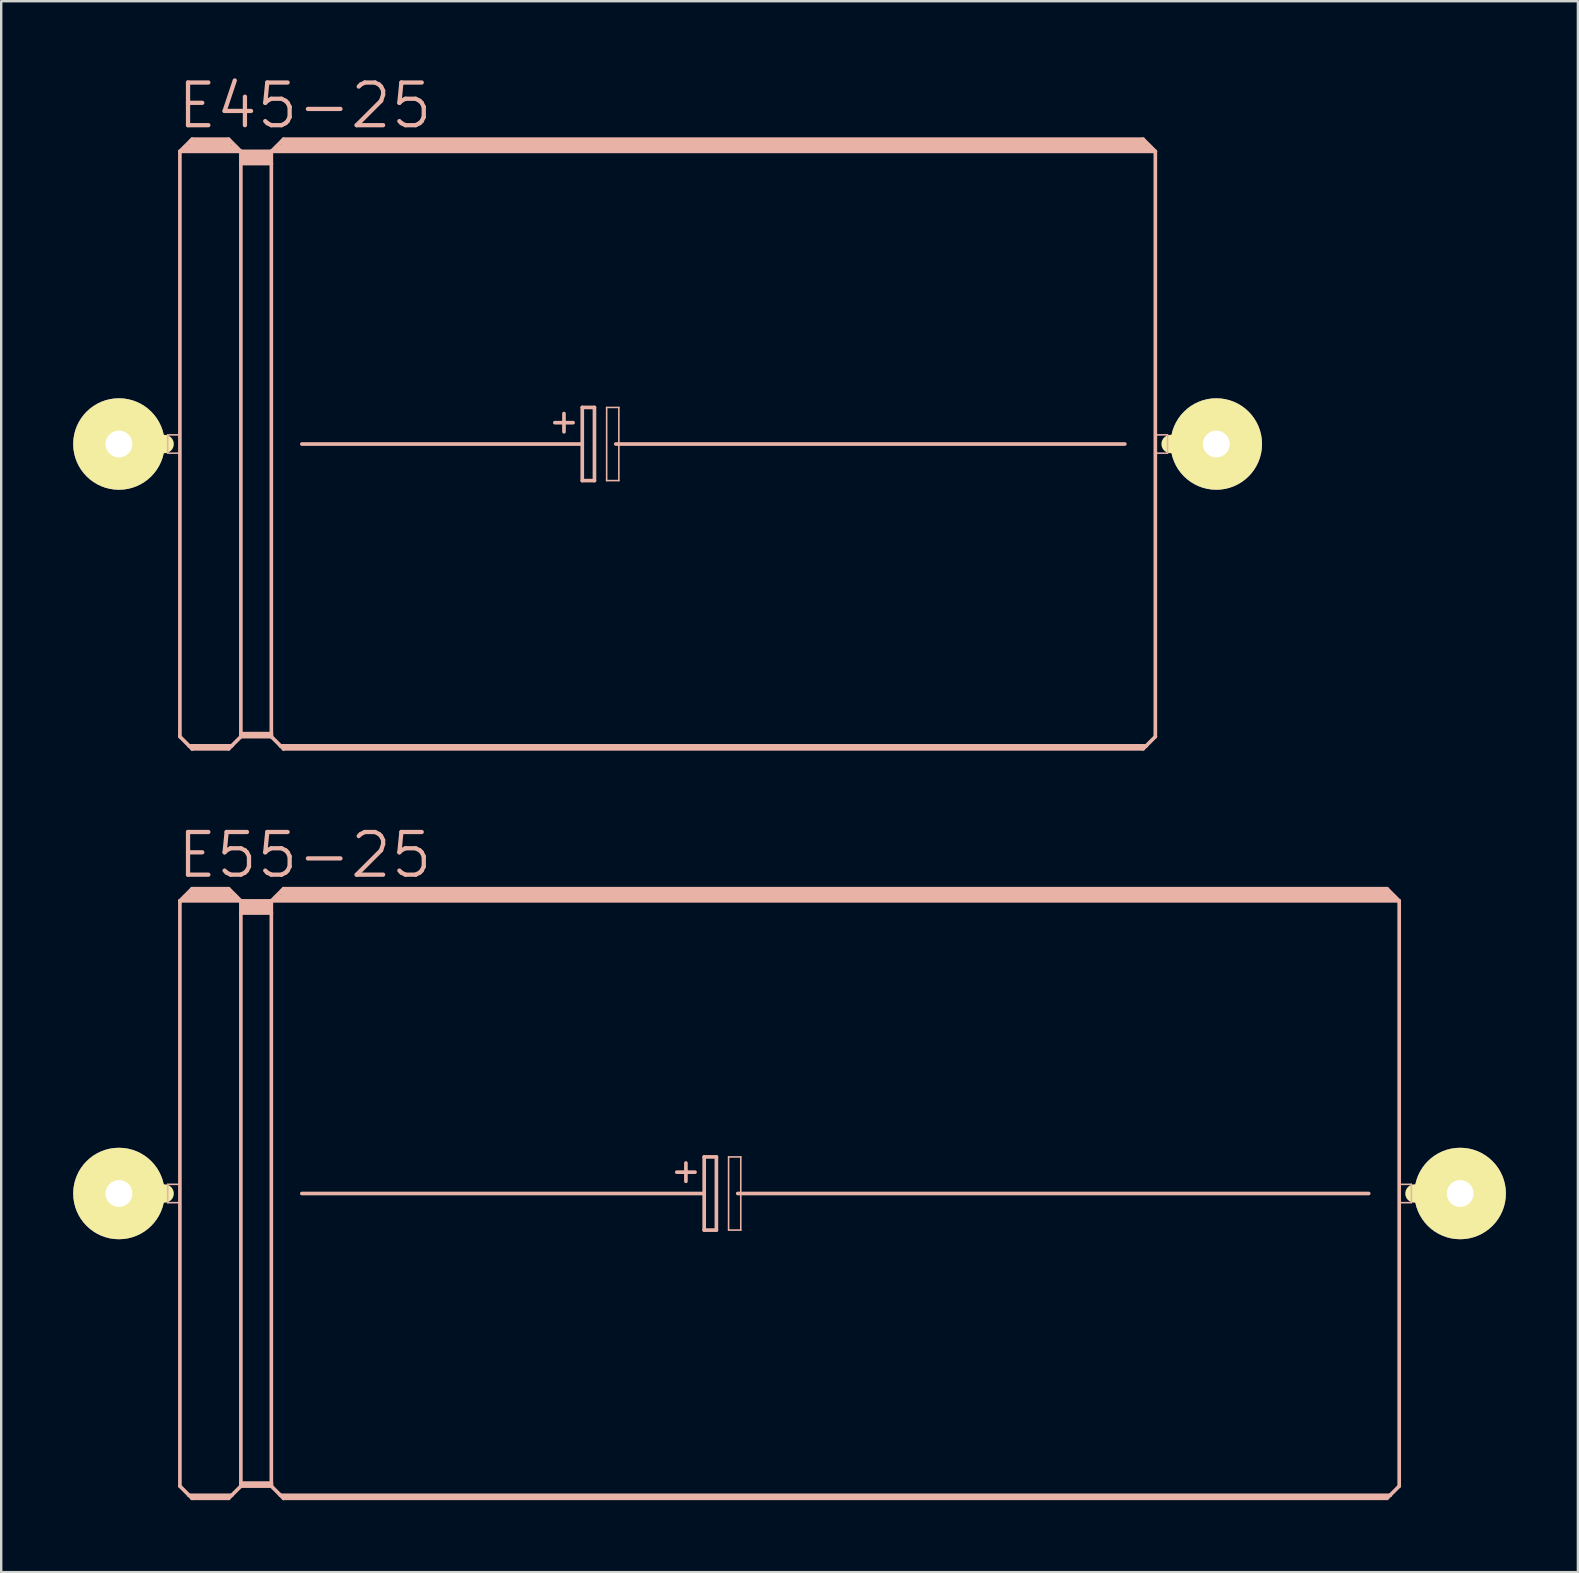
<source format=kicad_pcb>
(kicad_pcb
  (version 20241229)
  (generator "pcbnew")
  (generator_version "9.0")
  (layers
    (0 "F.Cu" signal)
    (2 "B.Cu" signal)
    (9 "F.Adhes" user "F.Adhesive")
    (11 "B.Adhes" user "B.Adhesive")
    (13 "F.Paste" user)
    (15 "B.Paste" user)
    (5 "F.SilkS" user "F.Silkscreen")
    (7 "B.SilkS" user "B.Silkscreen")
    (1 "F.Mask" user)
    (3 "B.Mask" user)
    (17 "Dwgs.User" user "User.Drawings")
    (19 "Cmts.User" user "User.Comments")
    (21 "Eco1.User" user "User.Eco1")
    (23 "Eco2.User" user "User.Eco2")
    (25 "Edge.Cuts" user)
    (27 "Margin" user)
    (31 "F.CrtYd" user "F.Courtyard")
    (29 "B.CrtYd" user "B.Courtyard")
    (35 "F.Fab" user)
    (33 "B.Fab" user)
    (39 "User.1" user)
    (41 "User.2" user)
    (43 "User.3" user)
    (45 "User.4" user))
  (footprint "E45-25"
    (layer "F.Cu")
    (at 24.765 15.449)
    (property "Reference" "E45-25" (at -15.113 -14.097 0) (layer "B.SilkS") (effects (font (size 1.778 1.778) (thickness 0.178))))
    (attr exclude_from_pos_files exclude_from_bom)
    (fp_line (start -22.86 0) (end -20.955 0) (stroke (width 0.762) (type solid)) (layer "F.SilkS"))
    (fp_line (start 22.86 0) (end 20.955 0) (stroke (width 0.762) (type solid)) (layer "F.SilkS"))
    (fp_line (start -20.828 -0.381) (end -20.32 -0.381) (stroke (width 0.066) (type solid)) (layer "B.SilkS"))
    (fp_line (start -20.828 0.381) (end -20.828 -0.381) (stroke (width 0.066) (type solid)) (layer "B.SilkS"))
    (fp_line (start -20.828 0.381) (end -20.32 0.381) (stroke (width 0.066) (type solid)) (layer "B.SilkS"))
    (fp_line (start -20.32 -12.192) (end -20.32 12.192) (stroke (width 0.152) (type solid)) (layer "B.SilkS"))
    (fp_line (start -20.32 -12.192) (end -19.812 -12.7) (stroke (width 0.152) (type solid)) (layer "B.SilkS"))
    (fp_line (start -20.32 -12.192) (end -17.78 -12.192) (stroke (width 0.152) (type solid)) (layer "B.SilkS"))
    (fp_line (start -20.32 0.381) (end -20.32 -0.381) (stroke (width 0.066) (type solid)) (layer "B.SilkS"))
    (fp_line (start -20.32 12.192) (end -19.939 12.573) (stroke (width 0.152) (type solid)) (layer "B.SilkS"))
    (fp_line (start -20.066 -12.319) (end -18.034 -12.319) (stroke (width 0.305) (type solid)) (layer "B.SilkS"))
    (fp_line (start -19.939 12.573) (end -19.812 12.7) (stroke (width 0.152) (type solid)) (layer "B.SilkS"))
    (fp_line (start -19.939 12.573) (end -18.161 12.573) (stroke (width 0.152) (type solid)) (layer "B.SilkS"))
    (fp_line (start -19.812 -12.7) (end -18.288 -12.7) (stroke (width 0.152) (type solid)) (layer "B.SilkS"))
    (fp_line (start -19.812 -12.573) (end -18.288 -12.573) (stroke (width 0.305) (type solid)) (layer "B.SilkS"))
    (fp_line (start -19.812 12.649) (end -18.288 12.649) (stroke (width 0.152) (type solid)) (layer "B.SilkS"))
    (fp_line (start -19.812 12.7) (end -19.812 12.649) (stroke (width 0.152) (type solid)) (layer "B.SilkS"))
    (fp_line (start -19.812 12.7) (end -18.288 12.7) (stroke (width 0.152) (type solid)) (layer "B.SilkS"))
    (fp_line (start -18.288 -12.7) (end -17.78 -12.192) (stroke (width 0.152) (type solid)) (layer "B.SilkS"))
    (fp_line (start -18.288 12.7) (end -18.161 12.573) (stroke (width 0.152) (type solid)) (layer "B.SilkS"))
    (fp_line (start -18.161 12.573) (end -17.78 12.192) (stroke (width 0.152) (type solid)) (layer "B.SilkS"))
    (fp_line (start -17.78 -12.192) (end -16.51 -12.192) (stroke (width 0.152) (type solid)) (layer "B.SilkS"))
    (fp_line (start -17.78 -11.684) (end -17.78 -12.192) (stroke (width 0.152) (type solid)) (layer "B.SilkS"))
    (fp_line (start -17.78 -11.684) (end -16.51 -11.684) (stroke (width 0.152) (type solid)) (layer "B.SilkS"))
    (fp_line (start -17.78 12.065) (end -17.78 -11.684) (stroke (width 0.152) (type solid)) (layer "B.SilkS"))
    (fp_line (start -17.78 12.065) (end -16.51 12.065) (stroke (width 0.152) (type solid)) (layer "B.SilkS"))
    (fp_line (start -17.78 12.141) (end -17.78 12.065) (stroke (width 0.152) (type solid)) (layer "B.SilkS"))
    (fp_line (start -17.78 12.141) (end -16.51 12.141) (stroke (width 0.152) (type solid)) (layer "B.SilkS"))
    (fp_line (start -17.78 12.192) (end -17.78 12.141) (stroke (width 0.152) (type solid)) (layer "B.SilkS"))
    (fp_line (start -17.78 12.192) (end -16.51 12.192) (stroke (width 0.152) (type solid)) (layer "B.SilkS"))
    (fp_line (start -17.65 -12.065) (end -16.637 -12.065) (stroke (width 0.305) (type solid)) (layer "B.SilkS"))
    (fp_line (start -17.65 -11.811) (end -16.637 -11.811) (stroke (width 0.305) (type solid)) (layer "B.SilkS"))
    (fp_line (start -16.51 -12.192) (end -16.002 -12.7) (stroke (width 0.152) (type solid)) (layer "B.SilkS"))
    (fp_line (start -16.51 -12.192) (end 20.32 -12.192) (stroke (width 0.152) (type solid)) (layer "B.SilkS"))
    (fp_line (start -16.51 -11.684) (end -16.51 -12.192) (stroke (width 0.152) (type solid)) (layer "B.SilkS"))
    (fp_line (start -16.51 12.065) (end -16.51 -11.684) (stroke (width 0.152) (type solid)) (layer "B.SilkS"))
    (fp_line (start -16.51 12.141) (end -16.51 12.065) (stroke (width 0.152) (type solid)) (layer "B.SilkS"))
    (fp_line (start -16.51 12.192) (end -16.51 12.141) (stroke (width 0.152) (type solid)) (layer "B.SilkS"))
    (fp_line (start -16.51 12.192) (end -16.129 12.573) (stroke (width 0.152) (type solid)) (layer "B.SilkS"))
    (fp_line (start -16.256 -12.319) (end 20.066 -12.319) (stroke (width 0.305) (type solid)) (layer "B.SilkS"))
    (fp_line (start -16.129 12.573) (end -16.002 12.7) (stroke (width 0.152) (type solid)) (layer "B.SilkS"))
    (fp_line (start -16.129 12.573) (end 19.939 12.573) (stroke (width 0.152) (type solid)) (layer "B.SilkS"))
    (fp_line (start -16.002 -12.7) (end 19.812 -12.7) (stroke (width 0.152) (type solid)) (layer "B.SilkS"))
    (fp_line (start -16.002 -12.573) (end 19.812 -12.573) (stroke (width 0.305) (type solid)) (layer "B.SilkS"))
    (fp_line (start -16.002 12.649) (end 19.812 12.649) (stroke (width 0.152) (type solid)) (layer "B.SilkS"))
    (fp_line (start -16.002 12.7) (end -16.002 12.649) (stroke (width 0.152) (type solid)) (layer "B.SilkS"))
    (fp_line (start -16.002 12.7) (end 19.812 12.7) (stroke (width 0.152) (type solid)) (layer "B.SilkS"))
    (fp_line (start -15.24 0) (end -3.556 0) (stroke (width 0.152) (type solid)) (layer "B.SilkS"))
    (fp_line (start -4.699 -0.889) (end -3.937 -0.889) (stroke (width 0.152) (type solid)) (layer "B.SilkS"))
    (fp_line (start -4.318 -1.27) (end -4.318 -0.508) (stroke (width 0.152) (type solid)) (layer "B.SilkS"))
    (fp_line (start -3.556 -1.524) (end -3.556 0) (stroke (width 0.152) (type solid)) (layer "B.SilkS"))
    (fp_line (start -3.556 0) (end -3.556 1.524) (stroke (width 0.152) (type solid)) (layer "B.SilkS"))
    (fp_line (start -3.556 1.524) (end -3.048 1.524) (stroke (width 0.152) (type solid)) (layer "B.SilkS"))
    (fp_line (start -3.048 -1.524) (end -3.556 -1.524) (stroke (width 0.152) (type solid)) (layer "B.SilkS"))
    (fp_line (start -3.048 1.524) (end -3.048 -1.524) (stroke (width 0.152) (type solid)) (layer "B.SilkS"))
    (fp_line (start -2.54 -1.524) (end -2.032 -1.524) (stroke (width 0.066) (type solid)) (layer "B.SilkS"))
    (fp_line (start -2.54 1.524) (end -2.54 -1.524) (stroke (width 0.066) (type solid)) (layer "B.SilkS"))
    (fp_line (start -2.54 1.524) (end -2.032 1.524) (stroke (width 0.066) (type solid)) (layer "B.SilkS"))
    (fp_line (start -2.159 0) (end 19.05 0) (stroke (width 0.152) (type solid)) (layer "B.SilkS"))
    (fp_line (start -2.032 1.524) (end -2.032 -1.524) (stroke (width 0.066) (type solid)) (layer "B.SilkS"))
    (fp_line (start 19.812 -12.7) (end 20.32 -12.192) (stroke (width 0.152) (type solid)) (layer "B.SilkS"))
    (fp_line (start 19.812 12.7) (end 19.939 12.573) (stroke (width 0.152) (type solid)) (layer "B.SilkS"))
    (fp_line (start 19.939 12.573) (end 20.32 12.192) (stroke (width 0.152) (type solid)) (layer "B.SilkS"))
    (fp_line (start 20.32 -12.192) (end 20.32 12.192) (stroke (width 0.152) (type solid)) (layer "B.SilkS"))
    (fp_line (start 20.32 -0.381) (end 20.828 -0.381) (stroke (width 0.066) (type solid)) (layer "B.SilkS"))
    (fp_line (start 20.32 0.381) (end 20.32 -0.381) (stroke (width 0.066) (type solid)) (layer "B.SilkS"))
    (fp_line (start 20.32 0.381) (end 20.828 0.381) (stroke (width 0.066) (type solid)) (layer "B.SilkS"))
    (fp_line (start 20.828 0.381) (end 20.828 -0.381) (stroke (width 0.066) (type solid)) (layer "B.SilkS"))
    (pad "+" thru_hole circle (at -22.86 0) (size 3.81 3.81) (drill 1.118) (layers "*.Cu" "F.Mask" "F.SilkS" "F.Paste"))
    (pad "-" thru_hole circle (at 22.86 0) (size 3.81 3.81) (drill 1.118) (layers "*.Cu" "F.Mask" "F.SilkS" "F.Paste")))
  (footprint "E55-25"
    (layer "F.Cu")
    (at 29.845 46.675)
    (property "Reference" "E55-25" (at -20.193 -14.097 0) (layer "B.SilkS") (effects (font (size 1.778 1.778) (thickness 0.178))))
    (attr exclude_from_pos_files exclude_from_bom)
    (fp_line (start -27.94 0) (end -26.035 0) (stroke (width 0.762) (type solid)) (layer "F.SilkS"))
    (fp_line (start 27.94 0) (end 26.035 0) (stroke (width 0.762) (type solid)) (layer "F.SilkS"))
    (fp_line (start -25.908 -0.381) (end -25.4 -0.381) (stroke (width 0.066) (type solid)) (layer "B.SilkS"))
    (fp_line (start -25.908 0.381) (end -25.908 -0.381) (stroke (width 0.066) (type solid)) (layer "B.SilkS"))
    (fp_line (start -25.908 0.381) (end -25.4 0.381) (stroke (width 0.066) (type solid)) (layer "B.SilkS"))
    (fp_line (start -25.4 -12.192) (end -25.4 12.192) (stroke (width 0.152) (type solid)) (layer "B.SilkS"))
    (fp_line (start -25.4 -12.192) (end -24.892 -12.7) (stroke (width 0.152) (type solid)) (layer "B.SilkS"))
    (fp_line (start -25.4 -12.192) (end -22.86 -12.192) (stroke (width 0.152) (type solid)) (layer "B.SilkS"))
    (fp_line (start -25.4 0.381) (end -25.4 -0.381) (stroke (width 0.066) (type solid)) (layer "B.SilkS"))
    (fp_line (start -25.4 12.192) (end -25.019 12.573) (stroke (width 0.152) (type solid)) (layer "B.SilkS"))
    (fp_line (start -25.146 -12.319) (end -23.114 -12.319) (stroke (width 0.305) (type solid)) (layer "B.SilkS"))
    (fp_line (start -25.019 12.573) (end -24.892 12.7) (stroke (width 0.152) (type solid)) (layer "B.SilkS"))
    (fp_line (start -25.019 12.573) (end -23.241 12.573) (stroke (width 0.152) (type solid)) (layer "B.SilkS"))
    (fp_line (start -24.892 -12.7) (end -23.368 -12.7) (stroke (width 0.152) (type solid)) (layer "B.SilkS"))
    (fp_line (start -24.892 -12.573) (end -23.368 -12.573) (stroke (width 0.305) (type solid)) (layer "B.SilkS"))
    (fp_line (start -24.892 12.649) (end -23.368 12.649) (stroke (width 0.152) (type solid)) (layer "B.SilkS"))
    (fp_line (start -24.892 12.7) (end -24.892 12.649) (stroke (width 0.152) (type solid)) (layer "B.SilkS"))
    (fp_line (start -24.892 12.7) (end -23.368 12.7) (stroke (width 0.152) (type solid)) (layer "B.SilkS"))
    (fp_line (start -23.368 -12.7) (end -22.86 -12.192) (stroke (width 0.152) (type solid)) (layer "B.SilkS"))
    (fp_line (start -23.368 12.7) (end -23.241 12.573) (stroke (width 0.152) (type solid)) (layer "B.SilkS"))
    (fp_line (start -23.241 12.573) (end -22.86 12.192) (stroke (width 0.152) (type solid)) (layer "B.SilkS"))
    (fp_line (start -22.86 -12.192) (end -21.59 -12.192) (stroke (width 0.152) (type solid)) (layer "B.SilkS"))
    (fp_line (start -22.86 -11.684) (end -22.86 -12.192) (stroke (width 0.152) (type solid)) (layer "B.SilkS"))
    (fp_line (start -22.86 -11.684) (end -21.59 -11.684) (stroke (width 0.152) (type solid)) (layer "B.SilkS"))
    (fp_line (start -22.86 12.065) (end -22.86 -11.684) (stroke (width 0.152) (type solid)) (layer "B.SilkS"))
    (fp_line (start -22.86 12.065) (end -21.59 12.065) (stroke (width 0.152) (type solid)) (layer "B.SilkS"))
    (fp_line (start -22.86 12.141) (end -22.86 12.065) (stroke (width 0.152) (type solid)) (layer "B.SilkS"))
    (fp_line (start -22.86 12.141) (end -21.59 12.141) (stroke (width 0.152) (type solid)) (layer "B.SilkS"))
    (fp_line (start -22.86 12.192) (end -22.86 12.141) (stroke (width 0.152) (type solid)) (layer "B.SilkS"))
    (fp_line (start -22.86 12.192) (end -21.59 12.192) (stroke (width 0.152) (type solid)) (layer "B.SilkS"))
    (fp_line (start -22.733 -12.065) (end -21.717 -12.065) (stroke (width 0.305) (type solid)) (layer "B.SilkS"))
    (fp_line (start -22.733 -11.811) (end -21.717 -11.811) (stroke (width 0.305) (type solid)) (layer "B.SilkS"))
    (fp_line (start -21.59 -12.192) (end -21.082 -12.7) (stroke (width 0.152) (type solid)) (layer "B.SilkS"))
    (fp_line (start -21.59 -12.192) (end 25.4 -12.192) (stroke (width 0.152) (type solid)) (layer "B.SilkS"))
    (fp_line (start -21.59 -11.684) (end -21.59 -12.192) (stroke (width 0.152) (type solid)) (layer "B.SilkS"))
    (fp_line (start -21.59 12.065) (end -21.59 -11.684) (stroke (width 0.152) (type solid)) (layer "B.SilkS"))
    (fp_line (start -21.59 12.141) (end -21.59 12.065) (stroke (width 0.152) (type solid)) (layer "B.SilkS"))
    (fp_line (start -21.59 12.192) (end -21.59 12.141) (stroke (width 0.152) (type solid)) (layer "B.SilkS"))
    (fp_line (start -21.59 12.192) (end -21.209 12.573) (stroke (width 0.152) (type solid)) (layer "B.SilkS"))
    (fp_line (start -21.336 -12.319) (end 25.146 -12.319) (stroke (width 0.305) (type solid)) (layer "B.SilkS"))
    (fp_line (start -21.209 12.573) (end -21.082 12.7) (stroke (width 0.152) (type solid)) (layer "B.SilkS"))
    (fp_line (start -21.209 12.573) (end 25.019 12.573) (stroke (width 0.152) (type solid)) (layer "B.SilkS"))
    (fp_line (start -21.082 -12.7) (end 24.892 -12.7) (stroke (width 0.152) (type solid)) (layer "B.SilkS"))
    (fp_line (start -21.082 -12.573) (end 24.892 -12.573) (stroke (width 0.305) (type solid)) (layer "B.SilkS"))
    (fp_line (start -21.082 12.649) (end 24.892 12.649) (stroke (width 0.152) (type solid)) (layer "B.SilkS"))
    (fp_line (start -21.082 12.7) (end -21.082 12.649) (stroke (width 0.152) (type solid)) (layer "B.SilkS"))
    (fp_line (start -21.082 12.7) (end 24.892 12.7) (stroke (width 0.152) (type solid)) (layer "B.SilkS"))
    (fp_line (start -20.32 0) (end -3.556 0) (stroke (width 0.152) (type solid)) (layer "B.SilkS"))
    (fp_line (start -4.699 -0.889) (end -3.937 -0.889) (stroke (width 0.152) (type solid)) (layer "B.SilkS"))
    (fp_line (start -4.318 -1.27) (end -4.318 -0.508) (stroke (width 0.152) (type solid)) (layer "B.SilkS"))
    (fp_line (start -3.556 -1.524) (end -3.556 0) (stroke (width 0.152) (type solid)) (layer "B.SilkS"))
    (fp_line (start -3.556 0) (end -3.556 1.524) (stroke (width 0.152) (type solid)) (layer "B.SilkS"))
    (fp_line (start -3.556 1.524) (end -3.048 1.524) (stroke (width 0.152) (type solid)) (layer "B.SilkS"))
    (fp_line (start -3.048 -1.524) (end -3.556 -1.524) (stroke (width 0.152) (type solid)) (layer "B.SilkS"))
    (fp_line (start -3.048 1.524) (end -3.048 -1.524) (stroke (width 0.152) (type solid)) (layer "B.SilkS"))
    (fp_line (start -2.54 -1.524) (end -2.032 -1.524) (stroke (width 0.066) (type solid)) (layer "B.SilkS"))
    (fp_line (start -2.54 1.524) (end -2.54 -1.524) (stroke (width 0.066) (type solid)) (layer "B.SilkS"))
    (fp_line (start -2.54 1.524) (end -2.032 1.524) (stroke (width 0.066) (type solid)) (layer "B.SilkS"))
    (fp_line (start -2.159 0) (end 24.13 0) (stroke (width 0.152) (type solid)) (layer "B.SilkS"))
    (fp_line (start -2.032 1.524) (end -2.032 -1.524) (stroke (width 0.066) (type solid)) (layer "B.SilkS"))
    (fp_line (start 24.892 -12.7) (end 25.4 -12.192) (stroke (width 0.152) (type solid)) (layer "B.SilkS"))
    (fp_line (start 24.892 12.7) (end 25.019 12.573) (stroke (width 0.152) (type solid)) (layer "B.SilkS"))
    (fp_line (start 25.019 12.573) (end 25.4 12.192) (stroke (width 0.152) (type solid)) (layer "B.SilkS"))
    (fp_line (start 25.4 -12.192) (end 25.4 12.192) (stroke (width 0.152) (type solid)) (layer "B.SilkS"))
    (fp_line (start 25.4 -0.381) (end 25.908 -0.381) (stroke (width 0.066) (type solid)) (layer "B.SilkS"))
    (fp_line (start 25.4 0.381) (end 25.4 -0.381) (stroke (width 0.066) (type solid)) (layer "B.SilkS"))
    (fp_line (start 25.4 0.381) (end 25.908 0.381) (stroke (width 0.066) (type solid)) (layer "B.SilkS"))
    (fp_line (start 25.908 0.381) (end 25.908 -0.381) (stroke (width 0.066) (type solid)) (layer "B.SilkS"))
    (pad "+" thru_hole circle (at -27.94 0) (size 3.81 3.81) (drill 1.118) (layers "*.Cu" "F.Mask" "F.SilkS" "F.Paste"))
    (pad "-" thru_hole circle (at 27.94 0) (size 3.81 3.81) (drill 1.118) (layers "*.Cu" "F.Mask" "F.SilkS" "F.Paste")))
  (gr_rect
    (start -3 -3)
    (end 62.69 62.451)
    (stroke (width 0.1) (type default))
    (fill no)
    (layer "Edge.Cuts")))
</source>
